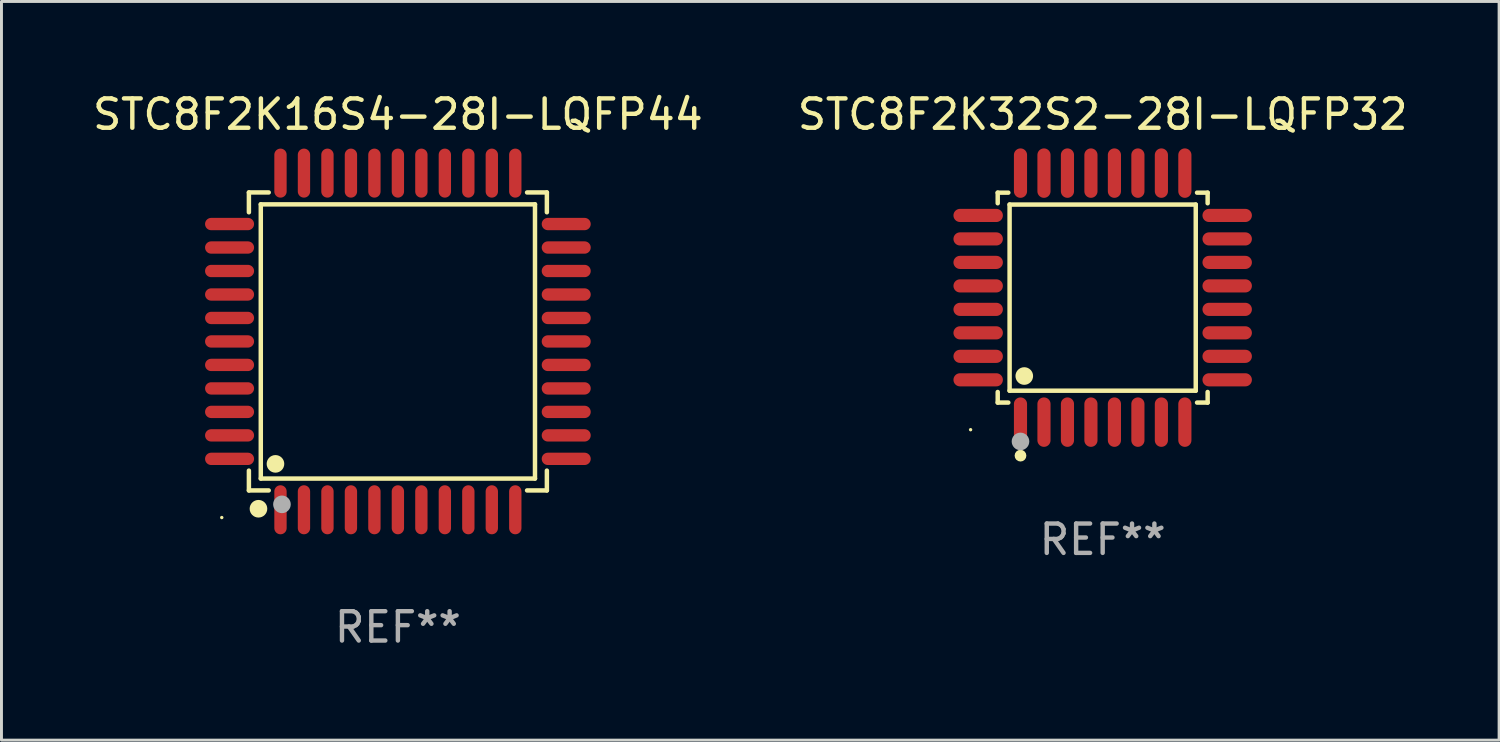
<source format=kicad_pcb>
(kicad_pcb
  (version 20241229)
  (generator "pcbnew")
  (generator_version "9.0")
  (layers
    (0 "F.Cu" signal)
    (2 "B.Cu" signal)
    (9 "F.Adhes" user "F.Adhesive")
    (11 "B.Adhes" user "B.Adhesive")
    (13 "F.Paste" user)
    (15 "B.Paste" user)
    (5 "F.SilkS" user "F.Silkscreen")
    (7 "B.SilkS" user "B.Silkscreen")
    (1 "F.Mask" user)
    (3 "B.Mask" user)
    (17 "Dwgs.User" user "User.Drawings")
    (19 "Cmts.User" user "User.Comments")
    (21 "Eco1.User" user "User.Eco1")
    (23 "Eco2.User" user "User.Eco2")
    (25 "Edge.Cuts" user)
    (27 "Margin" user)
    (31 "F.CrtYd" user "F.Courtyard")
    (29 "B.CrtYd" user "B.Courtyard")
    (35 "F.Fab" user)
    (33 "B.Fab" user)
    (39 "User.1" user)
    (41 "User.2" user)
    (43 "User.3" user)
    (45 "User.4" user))
  (footprint "STC8F2K16S4-28I-LQFP44"
    (layer "F.Cu")
    (at 10.506 8.583)
    (property "Reference" "STC8F2K16S4-28I-LQFP44" (at 0 -7.735 0) (layer "F.SilkS") (effects (font (size 1 1) (thickness 0.15))))
    (attr through_hole)
    (fp_line (start -5.076 -5.076) (end -4.401 -5.076) (stroke (width 0.152) (type solid)) (layer "F.SilkS"))
    (fp_line (start -5.076 -4.401) (end -5.076 -5.076) (stroke (width 0.152) (type solid)) (layer "F.SilkS"))
    (fp_line (start -5.076 4.401) (end -5.076 5.076) (stroke (width 0.152) (type solid)) (layer "F.SilkS"))
    (fp_line (start -5.076 5.076) (end -4.401 5.076) (stroke (width 0.152) (type solid)) (layer "F.SilkS"))
    (fp_line (start -4.671 -4.671) (end 4.671 -4.671) (stroke (width 0.152) (type solid)) (layer "F.SilkS"))
    (fp_line (start -4.671 4.671) (end -4.671 -4.671) (stroke (width 0.152) (type solid)) (layer "F.SilkS"))
    (fp_line (start 4.671 -4.671) (end 4.671 4.671) (stroke (width 0.152) (type solid)) (layer "F.SilkS"))
    (fp_line (start 4.671 4.671) (end -4.671 4.671) (stroke (width 0.152) (type solid)) (layer "F.SilkS"))
    (fp_line (start 5.076 -5.076) (end 4.401 -5.076) (stroke (width 0.152) (type solid)) (layer "F.SilkS"))
    (fp_line (start 5.076 -4.401) (end 5.076 -5.076) (stroke (width 0.152) (type solid)) (layer "F.SilkS"))
    (fp_line (start 5.076 4.401) (end 5.076 5.076) (stroke (width 0.152) (type solid)) (layer "F.SilkS"))
    (fp_line (start 5.076 5.076) (end 4.401 5.076) (stroke (width 0.152) (type solid)) (layer "F.SilkS"))
    (fp_circle (center -6 6) (end -5.97 6) (stroke (width 0.06) (type solid)) (fill no) (layer "F.SilkS"))
    (fp_circle (center -4.75 5.7) (end -4.6 5.7) (stroke (width 0.3) (type solid)) (fill no) (layer "F.SilkS"))
    (fp_circle (center -4.171 4.171) (end -4.021 4.171) (stroke (width 0.3) (type solid)) (fill no) (layer "F.SilkS"))
    (fp_circle (center -3.95 5.55) (end -3.8 5.55) (stroke (width 0.3) (type solid)) (fill no) (layer "F.Fab"))
    (fp_text user "REF**" (at 0 9.735 0) (layer "F.Fab") (effects (font (size 1 1) (thickness 0.15))))
    (pad "1" smd oval (at -4 5.735) (size 0.42 1.67) (layers "F.Cu" "F.Mask" "F.Paste"))
    (pad "2" smd oval (at -3.2 5.735) (size 0.42 1.67) (layers "F.Cu" "F.Mask" "F.Paste"))
    (pad "3" smd oval (at -2.4 5.735) (size 0.42 1.67) (layers "F.Cu" "F.Mask" "F.Paste"))
    (pad "4" smd oval (at -1.6 5.735) (size 0.42 1.67) (layers "F.Cu" "F.Mask" "F.Paste"))
    (pad "5" smd oval (at -0.8 5.735) (size 0.42 1.67) (layers "F.Cu" "F.Mask" "F.Paste"))
    (pad "6" smd oval (at 0 5.735) (size 0.42 1.67) (layers "F.Cu" "F.Mask" "F.Paste"))
    (pad "7" smd oval (at 0.8 5.735) (size 0.42 1.67) (layers "F.Cu" "F.Mask" "F.Paste"))
    (pad "8" smd oval (at 1.6 5.735) (size 0.42 1.67) (layers "F.Cu" "F.Mask" "F.Paste"))
    (pad "9" smd oval (at 2.4 5.735) (size 0.42 1.67) (layers "F.Cu" "F.Mask" "F.Paste"))
    (pad "10" smd oval (at 3.2 5.735) (size 0.42 1.67) (layers "F.Cu" "F.Mask" "F.Paste"))
    (pad "11" smd oval (at 4 5.735) (size 0.42 1.67) (layers "F.Cu" "F.Mask" "F.Paste"))
    (pad "12" smd oval (at 5.735 4) (size 1.67 0.42) (layers "F.Cu" "F.Mask" "F.Paste"))
    (pad "13" smd oval (at 5.735 3.2) (size 1.67 0.42) (layers "F.Cu" "F.Mask" "F.Paste"))
    (pad "14" smd oval (at 5.735 2.4) (size 1.67 0.42) (layers "F.Cu" "F.Mask" "F.Paste"))
    (pad "15" smd oval (at 5.735 1.6) (size 1.67 0.42) (layers "F.Cu" "F.Mask" "F.Paste"))
    (pad "16" smd oval (at 5.735 0.8) (size 1.67 0.42) (layers "F.Cu" "F.Mask" "F.Paste"))
    (pad "17" smd oval (at 5.735 0) (size 1.67 0.42) (layers "F.Cu" "F.Mask" "F.Paste"))
    (pad "18" smd oval (at 5.735 -0.8) (size 1.67 0.42) (layers "F.Cu" "F.Mask" "F.Paste"))
    (pad "19" smd oval (at 5.735 -1.6) (size 1.67 0.42) (layers "F.Cu" "F.Mask" "F.Paste"))
    (pad "20" smd oval (at 5.735 -2.4) (size 1.67 0.42) (layers "F.Cu" "F.Mask" "F.Paste"))
    (pad "21" smd oval (at 5.735 -3.2) (size 1.67 0.42) (layers "F.Cu" "F.Mask" "F.Paste"))
    (pad "22" smd oval (at 5.735 -4) (size 1.67 0.42) (layers "F.Cu" "F.Mask" "F.Paste"))
    (pad "23" smd oval (at 4 -5.735) (size 0.42 1.67) (layers "F.Cu" "F.Mask" "F.Paste"))
    (pad "24" smd oval (at 3.2 -5.735) (size 0.42 1.67) (layers "F.Cu" "F.Mask" "F.Paste"))
    (pad "25" smd oval (at 2.4 -5.735) (size 0.42 1.67) (layers "F.Cu" "F.Mask" "F.Paste"))
    (pad "26" smd oval (at 1.6 -5.735) (size 0.42 1.67) (layers "F.Cu" "F.Mask" "F.Paste"))
    (pad "27" smd oval (at 0.8 -5.735) (size 0.42 1.67) (layers "F.Cu" "F.Mask" "F.Paste"))
    (pad "28" smd oval (at 0 -5.735) (size 0.42 1.67) (layers "F.Cu" "F.Mask" "F.Paste"))
    (pad "29" smd oval (at -0.8 -5.735) (size 0.42 1.67) (layers "F.Cu" "F.Mask" "F.Paste"))
    (pad "30" smd oval (at -1.6 -5.735) (size 0.42 1.67) (layers "F.Cu" "F.Mask" "F.Paste"))
    (pad "31" smd oval (at -2.4 -5.735) (size 0.42 1.67) (layers "F.Cu" "F.Mask" "F.Paste"))
    (pad "32" smd oval (at -3.2 -5.735) (size 0.42 1.67) (layers "F.Cu" "F.Mask" "F.Paste"))
    (pad "33" smd oval (at -4 -5.735) (size 0.42 1.67) (layers "F.Cu" "F.Mask" "F.Paste"))
    (pad "34" smd oval (at -5.735 -4) (size 1.67 0.42) (layers "F.Cu" "F.Mask" "F.Paste"))
    (pad "35" smd oval (at -5.735 -3.2) (size 1.67 0.42) (layers "F.Cu" "F.Mask" "F.Paste"))
    (pad "36" smd oval (at -5.735 -2.4) (size 1.67 0.42) (layers "F.Cu" "F.Mask" "F.Paste"))
    (pad "37" smd oval (at -5.735 -1.6) (size 1.67 0.42) (layers "F.Cu" "F.Mask" "F.Paste"))
    (pad "38" smd oval (at -5.735 -0.8) (size 1.67 0.42) (layers "F.Cu" "F.Mask" "F.Paste"))
    (pad "39" smd oval (at -5.735 0) (size 1.67 0.42) (layers "F.Cu" "F.Mask" "F.Paste"))
    (pad "40" smd oval (at -5.735 0.8) (size 1.67 0.42) (layers "F.Cu" "F.Mask" "F.Paste"))
    (pad "41" smd oval (at -5.735 1.6) (size 1.67 0.42) (layers "F.Cu" "F.Mask" "F.Paste"))
    (pad "42" smd oval (at -5.735 2.4) (size 1.67 0.42) (layers "F.Cu" "F.Mask" "F.Paste"))
    (pad "43" smd oval (at -5.735 3.2) (size 1.67 0.42) (layers "F.Cu" "F.Mask" "F.Paste"))
    (pad "44" smd oval (at -5.735 4) (size 1.67 0.42) (layers "F.Cu" "F.Mask" "F.Paste")))
  (footprint "STC8F2K32S2-28I-LQFP32"
    (layer "F.Cu")
    (at 34.518 7.09)
    (property "Reference" "STC8F2K32S2-28I-LQFP32" (at 0 -6.242 0) (layer "F.SilkS") (effects (font (size 1 1) (thickness 0.15))))
    (attr through_hole)
    (fp_line (start -3.576 -3.576) (end -3.215 -3.576) (stroke (width 0.152) (type solid)) (layer "F.SilkS"))
    (fp_line (start -3.576 -3.215) (end -3.576 -3.576) (stroke (width 0.152) (type solid)) (layer "F.SilkS"))
    (fp_line (start -3.576 3.215) (end -3.576 3.576) (stroke (width 0.152) (type solid)) (layer "F.SilkS"))
    (fp_line (start -3.576 3.576) (end -3.215 3.576) (stroke (width 0.152) (type solid)) (layer "F.SilkS"))
    (fp_line (start -3.171 -3.171) (end 3.171 -3.171) (stroke (width 0.152) (type solid)) (layer "F.SilkS"))
    (fp_line (start -3.171 3.171) (end -3.171 -3.171) (stroke (width 0.152) (type solid)) (layer "F.SilkS"))
    (fp_line (start 3.171 -3.171) (end 3.171 3.171) (stroke (width 0.152) (type solid)) (layer "F.SilkS"))
    (fp_line (start 3.171 3.171) (end -3.171 3.171) (stroke (width 0.152) (type solid)) (layer "F.SilkS"))
    (fp_line (start 3.576 -3.576) (end 3.215 -3.576) (stroke (width 0.152) (type solid)) (layer "F.SilkS"))
    (fp_line (start 3.576 -3.215) (end 3.576 -3.576) (stroke (width 0.152) (type solid)) (layer "F.SilkS"))
    (fp_line (start 3.576 3.215) (end 3.576 3.576) (stroke (width 0.152) (type solid)) (layer "F.SilkS"))
    (fp_line (start 3.576 3.576) (end 3.215 3.576) (stroke (width 0.152) (type solid)) (layer "F.SilkS"))
    (fp_circle (center -4.5 4.5) (end -4.47 4.5) (stroke (width 0.06) (type solid)) (fill no) (layer "F.SilkS"))
    (fp_circle (center -2.8 5.384) (end -2.7 5.384) (stroke (width 0.2) (type solid)) (fill no) (layer "F.SilkS"))
    (fp_circle (center -2.671 2.671) (end -2.521 2.671) (stroke (width 0.3) (type solid)) (fill no) (layer "F.SilkS"))
    (fp_circle (center -2.8 4.9) (end -2.65 4.9) (stroke (width 0.3) (type solid)) (fill no) (layer "F.Fab"))
    (fp_text user "REF**" (at 0 8.242 0) (layer "F.Fab") (effects (font (size 1 1) (thickness 0.15))))
    (pad "1" smd oval (at -2.8 4.242) (size 0.448 1.684) (layers "F.Cu" "F.Mask" "F.Paste"))
    (pad "2" smd oval (at -2 4.242) (size 0.448 1.684) (layers "F.Cu" "F.Mask" "F.Paste"))
    (pad "3" smd oval (at -1.2 4.242) (size 0.448 1.684) (layers "F.Cu" "F.Mask" "F.Paste"))
    (pad "4" smd oval (at -0.4 4.242) (size 0.448 1.684) (layers "F.Cu" "F.Mask" "F.Paste"))
    (pad "5" smd oval (at 0.4 4.242) (size 0.448 1.684) (layers "F.Cu" "F.Mask" "F.Paste"))
    (pad "6" smd oval (at 1.2 4.242) (size 0.448 1.684) (layers "F.Cu" "F.Mask" "F.Paste"))
    (pad "7" smd oval (at 2 4.242) (size 0.448 1.684) (layers "F.Cu" "F.Mask" "F.Paste"))
    (pad "8" smd oval (at 2.8 4.242) (size 0.448 1.684) (layers "F.Cu" "F.Mask" "F.Paste"))
    (pad "9" smd oval (at 4.242 2.8) (size 1.684 0.448) (layers "F.Cu" "F.Mask" "F.Paste"))
    (pad "10" smd oval (at 4.242 2) (size 1.684 0.448) (layers "F.Cu" "F.Mask" "F.Paste"))
    (pad "11" smd oval (at 4.242 1.2) (size 1.684 0.448) (layers "F.Cu" "F.Mask" "F.Paste"))
    (pad "12" smd oval (at 4.242 0.4) (size 1.684 0.448) (layers "F.Cu" "F.Mask" "F.Paste"))
    (pad "13" smd oval (at 4.242 -0.4) (size 1.684 0.448) (layers "F.Cu" "F.Mask" "F.Paste"))
    (pad "14" smd oval (at 4.242 -1.2) (size 1.684 0.448) (layers "F.Cu" "F.Mask" "F.Paste"))
    (pad "15" smd oval (at 4.242 -2) (size 1.684 0.448) (layers "F.Cu" "F.Mask" "F.Paste"))
    (pad "16" smd oval (at 4.242 -2.8) (size 1.684 0.448) (layers "F.Cu" "F.Mask" "F.Paste"))
    (pad "17" smd oval (at 2.8 -4.242) (size 0.448 1.684) (layers "F.Cu" "F.Mask" "F.Paste"))
    (pad "18" smd oval (at 2 -4.242) (size 0.448 1.684) (layers "F.Cu" "F.Mask" "F.Paste"))
    (pad "19" smd oval (at 1.2 -4.242) (size 0.448 1.684) (layers "F.Cu" "F.Mask" "F.Paste"))
    (pad "20" smd oval (at 0.4 -4.242) (size 0.448 1.684) (layers "F.Cu" "F.Mask" "F.Paste"))
    (pad "21" smd oval (at -0.4 -4.242) (size 0.448 1.684) (layers "F.Cu" "F.Mask" "F.Paste"))
    (pad "22" smd oval (at -1.2 -4.242) (size 0.448 1.684) (layers "F.Cu" "F.Mask" "F.Paste"))
    (pad "23" smd oval (at -2 -4.242) (size 0.448 1.684) (layers "F.Cu" "F.Mask" "F.Paste"))
    (pad "24" smd oval (at -2.8 -4.242) (size 0.448 1.684) (layers "F.Cu" "F.Mask" "F.Paste"))
    (pad "25" smd oval (at -4.242 -2.8) (size 1.684 0.448) (layers "F.Cu" "F.Mask" "F.Paste"))
    (pad "26" smd oval (at -4.242 -2) (size 1.684 0.448) (layers "F.Cu" "F.Mask" "F.Paste"))
    (pad "27" smd oval (at -4.242 -1.2) (size 1.684 0.448) (layers "F.Cu" "F.Mask" "F.Paste"))
    (pad "28" smd oval (at -4.242 -0.4) (size 1.684 0.448) (layers "F.Cu" "F.Mask" "F.Paste"))
    (pad "29" smd oval (at -4.242 0.4) (size 1.684 0.448) (layers "F.Cu" "F.Mask" "F.Paste"))
    (pad "30" smd oval (at -4.242 1.2) (size 1.684 0.448) (layers "F.Cu" "F.Mask" "F.Paste"))
    (pad "31" smd oval (at -4.242 2) (size 1.684 0.448) (layers "F.Cu" "F.Mask" "F.Paste"))
    (pad "32" smd oval (at -4.242 2.8) (size 1.684 0.448) (layers "F.Cu" "F.Mask" "F.Paste")))
  (gr_rect
    (start -3 -3)
    (end 48.024 22.167)
    (stroke (width 0.1) (type default))
    (fill no)
    (layer "Edge.Cuts")))
</source>
